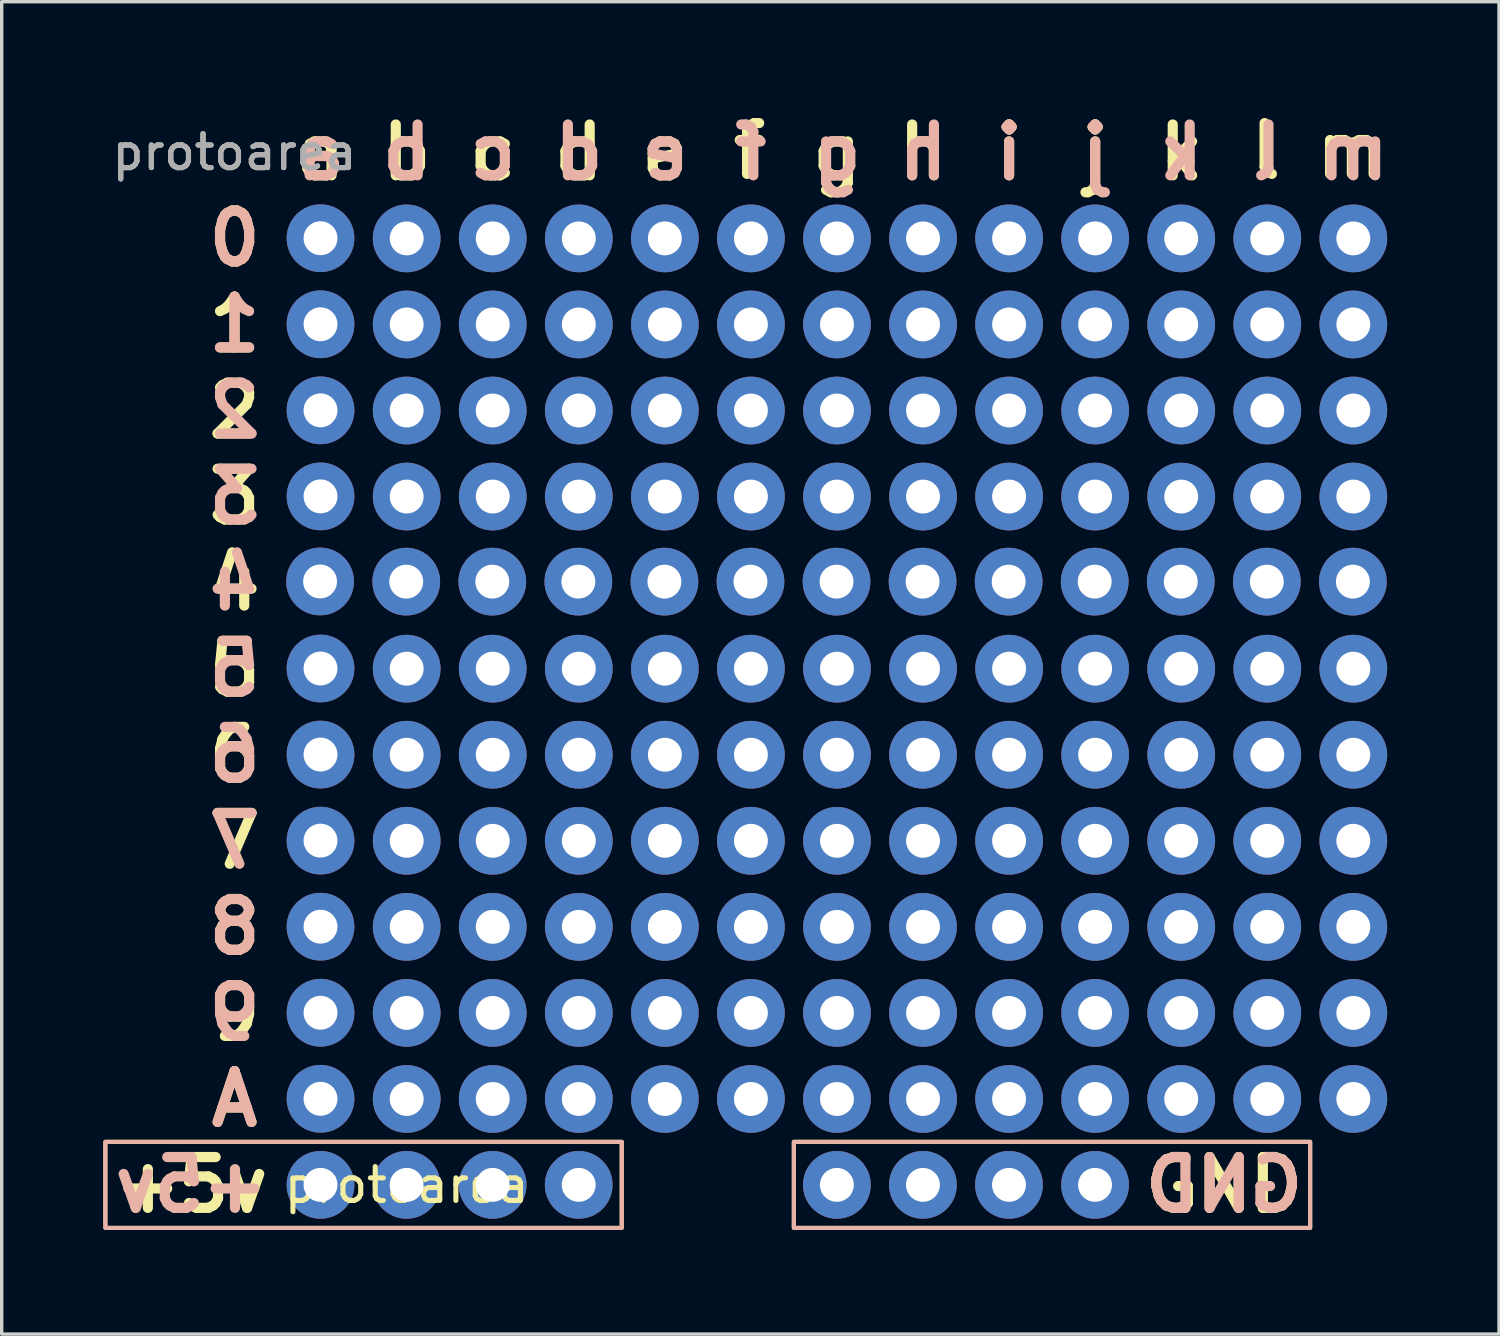
<source format=kicad_pcb>
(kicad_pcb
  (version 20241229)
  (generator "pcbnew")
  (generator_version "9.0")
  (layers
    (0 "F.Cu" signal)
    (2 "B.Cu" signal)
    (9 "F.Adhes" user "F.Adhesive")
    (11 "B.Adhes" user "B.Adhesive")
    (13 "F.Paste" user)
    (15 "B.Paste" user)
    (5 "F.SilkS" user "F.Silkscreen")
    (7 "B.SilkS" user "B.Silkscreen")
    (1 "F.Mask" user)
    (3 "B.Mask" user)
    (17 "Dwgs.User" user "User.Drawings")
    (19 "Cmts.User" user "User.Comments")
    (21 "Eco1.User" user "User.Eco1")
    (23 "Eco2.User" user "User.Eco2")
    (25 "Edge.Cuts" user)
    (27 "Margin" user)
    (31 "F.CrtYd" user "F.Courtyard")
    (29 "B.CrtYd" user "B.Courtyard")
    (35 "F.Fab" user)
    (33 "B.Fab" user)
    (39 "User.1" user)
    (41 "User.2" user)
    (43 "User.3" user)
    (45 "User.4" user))
  (footprint "protoarea"
    (layer "F.Cu")
    (at 6.41 3.981)
    (property "Reference" "protoarea" (at 2.543 27.945 0) (unlocked yes) (layer "F.SilkS") (effects (font (size 1 1) (thickness 0.15))))
    (attr smd)
    (fp_rect (start -6.35 26.67) (end 8.89 29.21) (stroke (width 0.12) (type solid)) (fill no) (layer "F.SilkS"))
    (fp_rect (start 13.97 26.67) (end 29.21 29.21) (stroke (width 0.12) (type solid)) (fill no) (layer "F.SilkS"))
    (fp_rect (start 8.89 26.67) (end -6.35 29.21) (stroke (width 0.12) (type solid)) (fill no) (layer "B.SilkS"))
    (fp_rect (start 13.97 29.21) (end 29.21 26.67) (stroke (width 0.12) (type solid)) (fill no) (layer "B.SilkS"))
    (fp_text user "h" (at 17.783 -2.535 0) (unlocked yes) (layer "F.SilkS") (effects (font (size 1.5 1.5) (thickness 0.3))))
    (fp_text user "e" (at 10.163 -2.535 0) (unlocked yes) (layer "F.SilkS") (effects (font (size 1.5 1.5) (thickness 0.3))))
    (fp_text user "5" (at -2.537 12.705 0) (unlocked yes) (layer "F.SilkS") (effects (font (size 1.5 1.5) (thickness 0.3))))
    (fp_text user "1" (at -2.537 2.545 0) (unlocked yes) (layer "F.SilkS") (effects (font (size 1.5 1.5) (thickness 0.3))))
    (fp_text user "2" (at -2.537 5.085 0) (unlocked yes) (layer "F.SilkS") (effects (font (size 1.5 1.5) (thickness 0.3))))
    (fp_text user "A" (at -2.537 25.405 0) (unlocked yes) (layer "F.SilkS") (effects (font (size 1.5 1.5) (thickness 0.3))))
    (fp_text user "f" (at 12.66 -2.577 0) (unlocked yes) (layer "F.SilkS") (effects (font (size 1.5 1.5) (thickness 0.3))))
    (fp_text user "4" (at -2.537 10.165 0) (unlocked yes) (layer "F.SilkS") (effects (font (size 1.5 1.5) (thickness 0.3))))
    (fp_text user "d" (at 7.623 -2.535 0) (unlocked yes) (layer "F.SilkS") (effects (font (size 1.5 1.5) (thickness 0.3))))
    (fp_text user "6" (at -2.537 15.245 0) (unlocked yes) (layer "F.SilkS") (effects (font (size 1.5 1.5) (thickness 0.3))))
    (fp_text user "9" (at -2.537 22.865 0) (unlocked yes) (layer "F.SilkS") (effects (font (size 1.5 1.5) (thickness 0.3))))
    (fp_text user "GND" (at 26.67 27.94 0) (unlocked yes) (layer "F.SilkS") (effects (font (size 1.5 1.5) (thickness 0.3))))
    (fp_text user "m" (at 30.44 -2.577 0) (unlocked yes) (layer "F.SilkS") (effects (font (size 1.5 1.5) (thickness 0.3))))
    (fp_text user "l" (at 27.9 -2.577 0) (unlocked yes) (layer "F.SilkS") (effects (font (size 1.5 1.5) (thickness 0.3))))
    (fp_text user "i" (at 20.323 -2.535 0) (unlocked yes) (layer "F.SilkS") (effects (font (size 1.5 1.5) (thickness 0.3))))
    (fp_text user "b" (at 2.543 -2.535 0) (unlocked yes) (layer "F.SilkS") (effects (font (size 1.5 1.5) (thickness 0.3))))
    (fp_text user "0" (at -2.537 0.005 0) (unlocked yes) (layer "F.SilkS") (effects (font (size 1.5 1.5) (thickness 0.3))))
    (fp_text user "a" (at 0.003 -2.535 0) (unlocked yes) (layer "F.SilkS") (effects (font (size 1.5 1.5) (thickness 0.3))))
    (fp_text user "3" (at -2.537 7.625 0) (unlocked yes) (layer "F.SilkS") (effects (font (size 1.5 1.5) (thickness 0.3))))
    (fp_text user "7" (at -2.537 17.785 0) (unlocked yes) (layer "F.SilkS") (effects (font (size 1.5 1.5) (thickness 0.3))))
    (fp_text user "g" (at 15.243 -2.535 0) (unlocked yes) (layer "F.SilkS") (effects (font (size 1.5 1.5) (thickness 0.3))))
    (fp_text user "j" (at 22.863 -2.535 0) (unlocked yes) (layer "F.SilkS") (effects (font (size 1.5 1.5) (thickness 0.3))))
    (fp_text user "k" (at 25.403 -2.535 0) (unlocked yes) (layer "F.SilkS") (effects (font (size 1.5 1.5) (thickness 0.3))))
    (fp_text user "+5v" (at -3.81 27.94 0) (unlocked yes) (layer "F.SilkS") (effects (font (size 1.5 1.5) (thickness 0.3))))
    (fp_text user "c" (at 5.083 -2.535 0) (unlocked yes) (layer "F.SilkS") (effects (font (size 1.5 1.5) (thickness 0.3))))
    (fp_text user "8" (at -2.537 20.325 0) (unlocked yes) (layer "F.SilkS") (effects (font (size 1.5 1.5) (thickness 0.3))))
    (fp_text user "9" (at -2.537 22.865 0) (unlocked yes) (layer "B.SilkS") (effects (font (size 1.5 1.5) (thickness 0.3)) (justify mirror)))
    (fp_text user "+5v" (at -3.81 27.94 0) (unlocked yes) (layer "B.SilkS") (effects (font (size 1.5 1.5) (thickness 0.3)) (justify mirror)))
    (fp_text user "a" (at 0.003 -2.535 0) (unlocked yes) (layer "B.SilkS") (effects (font (size 1.5 1.5) (thickness 0.3)) (justify mirror)))
    (fp_text user "d" (at 7.623 -2.535 0) (unlocked yes) (layer "B.SilkS") (effects (font (size 1.5 1.5) (thickness 0.3)) (justify mirror)))
    (fp_text user "8" (at -2.537 20.325 0) (unlocked yes) (layer "B.SilkS") (effects (font (size 1.5 1.5) (thickness 0.3)) (justify mirror)))
    (fp_text user "f" (at 12.703 -2.535 0) (unlocked yes) (layer "B.SilkS") (effects (font (size 1.5 1.5) (thickness 0.3)) (justify mirror)))
    (fp_text user "l" (at 27.943 -2.535 0) (unlocked yes) (layer "B.SilkS") (effects (font (size 1.5 1.5) (thickness 0.3)) (justify mirror)))
    (fp_text user "4" (at -2.537 10.165 0) (unlocked yes) (layer "B.SilkS") (effects (font (size 1.5 1.5) (thickness 0.3)) (justify mirror)))
    (fp_text user "k" (at 25.403 -2.535 0) (unlocked yes) (layer "B.SilkS") (effects (font (size 1.5 1.5) (thickness 0.3)) (justify mirror)))
    (fp_text user "1" (at -2.537 2.545 0) (unlocked yes) (layer "B.SilkS") (effects (font (size 1.5 1.5) (thickness 0.3)) (justify mirror)))
    (fp_text user "6" (at -2.537 15.245 0) (unlocked yes) (layer "B.SilkS") (effects (font (size 1.5 1.5) (thickness 0.3)) (justify mirror)))
    (fp_text user "3" (at -2.537 7.625 0) (unlocked yes) (layer "B.SilkS") (effects (font (size 1.5 1.5) (thickness 0.3)) (justify mirror)))
    (fp_text user "g" (at 15.243 -2.535 0) (unlocked yes) (layer "B.SilkS") (effects (font (size 1.5 1.5) (thickness 0.3)) (justify mirror)))
    (fp_text user "GND" (at 26.67 27.94 0) (unlocked yes) (layer "B.SilkS") (effects (font (size 1.5 1.5) (thickness 0.3)) (justify mirror)))
    (fp_text user "b" (at 2.543 -2.535 0) (unlocked yes) (layer "B.SilkS") (effects (font (size 1.5 1.5) (thickness 0.3)) (justify mirror)))
    (fp_text user "e" (at 10.163 -2.535 0) (unlocked yes) (layer "B.SilkS") (effects (font (size 1.5 1.5) (thickness 0.3)) (justify mirror)))
    (fp_text user "5" (at -2.537 12.705 0) (unlocked yes) (layer "B.SilkS") (effects (font (size 1.5 1.5) (thickness 0.3)) (justify mirror)))
    (fp_text user "c" (at 5.083 -2.535 0) (unlocked yes) (layer "B.SilkS") (effects (font (size 1.5 1.5) (thickness 0.3)) (justify mirror)))
    (fp_text user "i" (at 20.323 -2.535 0) (unlocked yes) (layer "B.SilkS") (effects (font (size 1.5 1.5) (thickness 0.3)) (justify mirror)))
    (fp_text user "7" (at -2.537 17.785 0) (unlocked yes) (layer "B.SilkS") (effects (font (size 1.5 1.5) (thickness 0.3)) (justify mirror)))
    (fp_text user "h" (at 17.783 -2.535 0) (unlocked yes) (layer "B.SilkS") (effects (font (size 1.5 1.5) (thickness 0.3)) (justify mirror)))
    (fp_text user "2" (at -2.537 5.085 0) (unlocked yes) (layer "B.SilkS") (effects (font (size 1.5 1.5) (thickness 0.3)) (justify mirror)))
    (fp_text user "0" (at -2.537 0.005 0) (unlocked yes) (layer "B.SilkS") (effects (font (size 1.5 1.5) (thickness 0.3)) (justify mirror)))
    (fp_text user "A" (at -2.537 25.405 0) (unlocked yes) (layer "B.SilkS") (effects (font (size 1.5 1.5) (thickness 0.3)) (justify mirror)))
    (fp_text user "m" (at 30.483 -2.535 0) (unlocked yes) (layer "B.SilkS") (effects (font (size 1.5 1.5) (thickness 0.3)) (justify mirror)))
    (fp_text user "j" (at 22.863 -2.535 0) (unlocked yes) (layer "B.SilkS") (effects (font (size 1.5 1.5) (thickness 0.3)) (justify mirror)))
    (fp_text user "${REFERENCE}" (at -2.54 -2.54 0) (unlocked yes) (layer "F.Fab") (effects (font (size 1 1) (thickness 0.15))))
    (fp_text user "${REFERENCE}" (at -2.54 -2.54 0) (unlocked yes) (layer "F.Fab") (effects (font (size 1 1) (thickness 0.15))))
    (fp_text user "${REFERENCE}" (at -2.54 -2.54 0) (unlocked yes) (layer "F.Fab") (effects (font (size 1 1) (thickness 0.15))))
    (pad "" thru_hole oval (at -0.013 10.131) (size 2 2) (drill 1) (layers "*.Cu" "*.Mask"))
    (pad "" thru_hole oval (at 0 0) (size 2 2) (drill 1) (layers "*.Cu" "*.Mask"))
    (pad "" thru_hole oval (at 0 2.54) (size 2 2) (drill 1) (layers "*.Cu" "*.Mask"))
    (pad "" thru_hole oval (at 0 5.08) (size 2 2) (drill 1) (layers "*.Cu" "*.Mask"))
    (pad "" thru_hole oval (at 0 7.62) (size 2 2) (drill 1) (layers "*.Cu" "*.Mask"))
    (pad "" thru_hole oval (at 0 12.7) (size 2 2) (drill 1) (layers "*.Cu" "*.Mask"))
    (pad "" thru_hole oval (at 0 15.24) (size 2 2) (drill 1) (layers "*.Cu" "*.Mask"))
    (pad "" thru_hole oval (at 0 17.78) (size 2 2) (drill 1) (layers "*.Cu" "*.Mask"))
    (pad "" thru_hole oval (at 0 20.32) (size 2 2) (drill 1) (layers "*.Cu" "*.Mask"))
    (pad "" thru_hole oval (at 0 22.86) (size 2 2) (drill 1) (layers "*.Cu" "*.Mask"))
    (pad "" thru_hole oval (at 0 25.4) (size 2 2) (drill 1) (layers "*.Cu" "*.Mask"))
    (pad "" thru_hole oval (at 2.53 10.136) (size 2 2) (drill 1) (layers "*.Cu" "*.Mask"))
    (pad "" thru_hole oval (at 2.543 0.005) (size 2 2) (drill 1) (layers "*.Cu" "*.Mask"))
    (pad "" thru_hole oval (at 2.543 2.545) (size 2 2) (drill 1) (layers "*.Cu" "*.Mask"))
    (pad "" thru_hole oval (at 2.543 5.085) (size 2 2) (drill 1) (layers "*.Cu" "*.Mask"))
    (pad "" thru_hole oval (at 2.543 7.625) (size 2 2) (drill 1) (layers "*.Cu" "*.Mask"))
    (pad "" thru_hole oval (at 2.543 12.705) (size 2 2) (drill 1) (layers "*.Cu" "*.Mask"))
    (pad "" thru_hole oval (at 2.543 15.245) (size 2 2) (drill 1) (layers "*.Cu" "*.Mask"))
    (pad "" thru_hole oval (at 2.543 17.785) (size 2 2) (drill 1) (layers "*.Cu" "*.Mask"))
    (pad "" thru_hole oval (at 2.543 20.325) (size 2 2) (drill 1) (layers "*.Cu" "*.Mask"))
    (pad "" thru_hole oval (at 2.543 22.865) (size 2 2) (drill 1) (layers "*.Cu" "*.Mask"))
    (pad "" thru_hole oval (at 2.543 25.405) (size 2 2) (drill 1) (layers "*.Cu" "*.Mask"))
    (pad "" thru_hole oval (at 5.07 10.136) (size 2 2) (drill 1) (layers "*.Cu" "*.Mask"))
    (pad "" thru_hole oval (at 5.083 0.005) (size 2 2) (drill 1) (layers "*.Cu" "*.Mask"))
    (pad "" thru_hole oval (at 5.083 2.545) (size 2 2) (drill 1) (layers "*.Cu" "*.Mask"))
    (pad "" thru_hole oval (at 5.083 5.085) (size 2 2) (drill 1) (layers "*.Cu" "*.Mask"))
    (pad "" thru_hole oval (at 5.083 7.625) (size 2 2) (drill 1) (layers "*.Cu" "*.Mask"))
    (pad "" thru_hole oval (at 5.083 12.705) (size 2 2) (drill 1) (layers "*.Cu" "*.Mask"))
    (pad "" thru_hole oval (at 5.083 15.245) (size 2 2) (drill 1) (layers "*.Cu" "*.Mask"))
    (pad "" thru_hole oval (at 5.083 17.785) (size 2 2) (drill 1) (layers "*.Cu" "*.Mask"))
    (pad "" thru_hole oval (at 5.083 20.325) (size 2 2) (drill 1) (layers "*.Cu" "*.Mask"))
    (pad "" thru_hole oval (at 5.083 22.865) (size 2 2) (drill 1) (layers "*.Cu" "*.Mask"))
    (pad "" thru_hole oval (at 5.083 25.405) (size 2 2) (drill 1) (layers "*.Cu" "*.Mask"))
    (pad "" thru_hole oval (at 7.61 10.136) (size 2 2) (drill 1) (layers "*.Cu" "*.Mask"))
    (pad "" thru_hole oval (at 7.623 0.005) (size 2 2) (drill 1) (layers "*.Cu" "*.Mask"))
    (pad "" thru_hole oval (at 7.623 2.545) (size 2 2) (drill 1) (layers "*.Cu" "*.Mask"))
    (pad "" thru_hole oval (at 7.623 5.085) (size 2 2) (drill 1) (layers "*.Cu" "*.Mask"))
    (pad "" thru_hole oval (at 7.623 7.625) (size 2 2) (drill 1) (layers "*.Cu" "*.Mask"))
    (pad "" thru_hole oval (at 7.623 12.705) (size 2 2) (drill 1) (layers "*.Cu" "*.Mask"))
    (pad "" thru_hole oval (at 7.623 15.245) (size 2 2) (drill 1) (layers "*.Cu" "*.Mask"))
    (pad "" thru_hole oval (at 7.623 17.785) (size 2 2) (drill 1) (layers "*.Cu" "*.Mask"))
    (pad "" thru_hole oval (at 7.623 20.325) (size 2 2) (drill 1) (layers "*.Cu" "*.Mask"))
    (pad "" thru_hole oval (at 7.623 22.865) (size 2 2) (drill 1) (layers "*.Cu" "*.Mask"))
    (pad "" thru_hole oval (at 7.623 25.405) (size 2 2) (drill 1) (layers "*.Cu" "*.Mask"))
    (pad "" thru_hole oval (at 10.15 10.136) (size 2 2) (drill 1) (layers "*.Cu" "*.Mask"))
    (pad "" thru_hole oval (at 10.163 0.005) (size 2 2) (drill 1) (layers "*.Cu" "*.Mask"))
    (pad "" thru_hole oval (at 10.163 2.545) (size 2 2) (drill 1) (layers "*.Cu" "*.Mask"))
    (pad "" thru_hole oval (at 10.163 5.085) (size 2 2) (drill 1) (layers "*.Cu" "*.Mask"))
    (pad "" thru_hole oval (at 10.163 7.625) (size 2 2) (drill 1) (layers "*.Cu" "*.Mask"))
    (pad "" thru_hole oval (at 10.163 12.705) (size 2 2) (drill 1) (layers "*.Cu" "*.Mask"))
    (pad "" thru_hole oval (at 10.163 15.245) (size 2 2) (drill 1) (layers "*.Cu" "*.Mask"))
    (pad "" thru_hole oval (at 10.163 17.785) (size 2 2) (drill 1) (layers "*.Cu" "*.Mask"))
    (pad "" thru_hole oval (at 10.163 20.325) (size 2 2) (drill 1) (layers "*.Cu" "*.Mask"))
    (pad "" thru_hole oval (at 10.163 22.865) (size 2 2) (drill 1) (layers "*.Cu" "*.Mask"))
    (pad "" thru_hole oval (at 10.163 25.405) (size 2 2) (drill 1) (layers "*.Cu" "*.Mask"))
    (pad "" thru_hole oval (at 12.69 10.136) (size 2 2) (drill 1) (layers "*.Cu" "*.Mask"))
    (pad "" thru_hole oval (at 12.703 0.005) (size 2 2) (drill 1) (layers "*.Cu" "*.Mask"))
    (pad "" thru_hole oval (at 12.703 2.545) (size 2 2) (drill 1) (layers "*.Cu" "*.Mask"))
    (pad "" thru_hole oval (at 12.703 5.085) (size 2 2) (drill 1) (layers "*.Cu" "*.Mask"))
    (pad "" thru_hole oval (at 12.703 7.625) (size 2 2) (drill 1) (layers "*.Cu" "*.Mask"))
    (pad "" thru_hole oval (at 12.703 12.705) (size 2 2) (drill 1) (layers "*.Cu" "*.Mask"))
    (pad "" thru_hole oval (at 12.703 15.245) (size 2 2) (drill 1) (layers "*.Cu" "*.Mask"))
    (pad "" thru_hole oval (at 12.703 17.785) (size 2 2) (drill 1) (layers "*.Cu" "*.Mask"))
    (pad "" thru_hole oval (at 12.703 20.325) (size 2 2) (drill 1) (layers "*.Cu" "*.Mask"))
    (pad "" thru_hole oval (at 12.703 22.865) (size 2 2) (drill 1) (layers "*.Cu" "*.Mask"))
    (pad "" thru_hole oval (at 12.703 25.405) (size 2 2) (drill 1) (layers "*.Cu" "*.Mask"))
    (pad "" thru_hole oval (at 15.23 10.136) (size 2 2) (drill 1) (layers "*.Cu" "*.Mask"))
    (pad "" thru_hole oval (at 15.243 0.005) (size 2 2) (drill 1) (layers "*.Cu" "*.Mask"))
    (pad "" thru_hole oval (at 15.243 2.545) (size 2 2) (drill 1) (layers "*.Cu" "*.Mask"))
    (pad "" thru_hole oval (at 15.243 5.085) (size 2 2) (drill 1) (layers "*.Cu" "*.Mask"))
    (pad "" thru_hole oval (at 15.243 7.625) (size 2 2) (drill 1) (layers "*.Cu" "*.Mask"))
    (pad "" thru_hole oval (at 15.243 12.705) (size 2 2) (drill 1) (layers "*.Cu" "*.Mask"))
    (pad "" thru_hole oval (at 15.243 15.245) (size 2 2) (drill 1) (layers "*.Cu" "*.Mask"))
    (pad "" thru_hole oval (at 15.243 17.785) (size 2 2) (drill 1) (layers "*.Cu" "*.Mask"))
    (pad "" thru_hole oval (at 15.243 20.325) (size 2 2) (drill 1) (layers "*.Cu" "*.Mask"))
    (pad "" thru_hole oval (at 15.243 22.865) (size 2 2) (drill 1) (layers "*.Cu" "*.Mask"))
    (pad "" thru_hole oval (at 15.243 25.405) (size 2 2) (drill 1) (layers "*.Cu" "*.Mask"))
    (pad "" thru_hole oval (at 17.77 10.136) (size 2 2) (drill 1) (layers "*.Cu" "*.Mask"))
    (pad "" thru_hole oval (at 17.783 0.005) (size 2 2) (drill 1) (layers "*.Cu" "*.Mask"))
    (pad "" thru_hole oval (at 17.783 2.545) (size 2 2) (drill 1) (layers "*.Cu" "*.Mask"))
    (pad "" thru_hole oval (at 17.783 5.085) (size 2 2) (drill 1) (layers "*.Cu" "*.Mask"))
    (pad "" thru_hole oval (at 17.783 7.625) (size 2 2) (drill 1) (layers "*.Cu" "*.Mask"))
    (pad "" thru_hole oval (at 17.783 12.705) (size 2 2) (drill 1) (layers "*.Cu" "*.Mask"))
    (pad "" thru_hole oval (at 17.783 15.245) (size 2 2) (drill 1) (layers "*.Cu" "*.Mask"))
    (pad "" thru_hole oval (at 17.783 17.785) (size 2 2) (drill 1) (layers "*.Cu" "*.Mask"))
    (pad "" thru_hole oval (at 17.783 20.325) (size 2 2) (drill 1) (layers "*.Cu" "*.Mask"))
    (pad "" thru_hole oval (at 17.783 22.865) (size 2 2) (drill 1) (layers "*.Cu" "*.Mask"))
    (pad "" thru_hole oval (at 17.783 25.405) (size 2 2) (drill 1) (layers "*.Cu" "*.Mask"))
    (pad "" thru_hole oval (at 20.31 10.136) (size 2 2) (drill 1) (layers "*.Cu" "*.Mask"))
    (pad "" thru_hole oval (at 20.323 0.005) (size 2 2) (drill 1) (layers "*.Cu" "*.Mask"))
    (pad "" thru_hole oval (at 20.323 2.545) (size 2 2) (drill 1) (layers "*.Cu" "*.Mask"))
    (pad "" thru_hole oval (at 20.323 5.085) (size 2 2) (drill 1) (layers "*.Cu" "*.Mask"))
    (pad "" thru_hole oval (at 20.323 7.625) (size 2 2) (drill 1) (layers "*.Cu" "*.Mask"))
    (pad "" thru_hole oval (at 20.323 12.705) (size 2 2) (drill 1) (layers "*.Cu" "*.Mask"))
    (pad "" thru_hole oval (at 20.323 15.245) (size 2 2) (drill 1) (layers "*.Cu" "*.Mask"))
    (pad "" thru_hole oval (at 20.323 17.785) (size 2 2) (drill 1) (layers "*.Cu" "*.Mask"))
    (pad "" thru_hole oval (at 20.323 20.325) (size 2 2) (drill 1) (layers "*.Cu" "*.Mask"))
    (pad "" thru_hole oval (at 20.323 22.865) (size 2 2) (drill 1) (layers "*.Cu" "*.Mask"))
    (pad "" thru_hole oval (at 20.323 25.405) (size 2 2) (drill 1) (layers "*.Cu" "*.Mask"))
    (pad "" thru_hole oval (at 22.85 10.136) (size 2 2) (drill 1) (layers "*.Cu" "*.Mask"))
    (pad "" thru_hole oval (at 22.863 0.005) (size 2 2) (drill 1) (layers "*.Cu" "*.Mask"))
    (pad "" thru_hole oval (at 22.863 2.545) (size 2 2) (drill 1) (layers "*.Cu" "*.Mask"))
    (pad "" thru_hole oval (at 22.863 5.085) (size 2 2) (drill 1) (layers "*.Cu" "*.Mask"))
    (pad "" thru_hole oval (at 22.863 7.625) (size 2 2) (drill 1) (layers "*.Cu" "*.Mask"))
    (pad "" thru_hole oval (at 22.863 12.705) (size 2 2) (drill 1) (layers "*.Cu" "*.Mask"))
    (pad "" thru_hole oval (at 22.863 15.245) (size 2 2) (drill 1) (layers "*.Cu" "*.Mask"))
    (pad "" thru_hole oval (at 22.863 17.785) (size 2 2) (drill 1) (layers "*.Cu" "*.Mask"))
    (pad "" thru_hole oval (at 22.863 20.325) (size 2 2) (drill 1) (layers "*.Cu" "*.Mask"))
    (pad "" thru_hole oval (at 22.863 22.865) (size 2 2) (drill 1) (layers "*.Cu" "*.Mask"))
    (pad "" thru_hole oval (at 22.863 25.405) (size 2 2) (drill 1) (layers "*.Cu" "*.Mask"))
    (pad "" thru_hole oval (at 25.39 10.136) (size 2 2) (drill 1) (layers "*.Cu" "*.Mask"))
    (pad "" thru_hole oval (at 25.403 0.005) (size 2 2) (drill 1) (layers "*.Cu" "*.Mask"))
    (pad "" thru_hole oval (at 25.403 2.545) (size 2 2) (drill 1) (layers "*.Cu" "*.Mask"))
    (pad "" thru_hole oval (at 25.403 5.085) (size 2 2) (drill 1) (layers "*.Cu" "*.Mask"))
    (pad "" thru_hole oval (at 25.403 7.625) (size 2 2) (drill 1) (layers "*.Cu" "*.Mask"))
    (pad "" thru_hole oval (at 25.403 12.705) (size 2 2) (drill 1) (layers "*.Cu" "*.Mask"))
    (pad "" thru_hole oval (at 25.403 15.245) (size 2 2) (drill 1) (layers "*.Cu" "*.Mask"))
    (pad "" thru_hole oval (at 25.403 17.785) (size 2 2) (drill 1) (layers "*.Cu" "*.Mask"))
    (pad "" thru_hole oval (at 25.403 20.325) (size 2 2) (drill 1) (layers "*.Cu" "*.Mask"))
    (pad "" thru_hole oval (at 25.403 22.865) (size 2 2) (drill 1) (layers "*.Cu" "*.Mask"))
    (pad "" thru_hole oval (at 25.403 25.405) (size 2 2) (drill 1) (layers "*.Cu" "*.Mask"))
    (pad "" thru_hole oval (at 27.93 10.136) (size 2 2) (drill 1) (layers "*.Cu" "*.Mask"))
    (pad "" thru_hole oval (at 27.943 0.005) (size 2 2) (drill 1) (layers "*.Cu" "*.Mask"))
    (pad "" thru_hole oval (at 27.943 2.545) (size 2 2) (drill 1) (layers "*.Cu" "*.Mask"))
    (pad "" thru_hole oval (at 27.943 5.085) (size 2 2) (drill 1) (layers "*.Cu" "*.Mask"))
    (pad "" thru_hole oval (at 27.943 7.625) (size 2 2) (drill 1) (layers "*.Cu" "*.Mask"))
    (pad "" thru_hole oval (at 27.943 12.705) (size 2 2) (drill 1) (layers "*.Cu" "*.Mask"))
    (pad "" thru_hole oval (at 27.943 15.245) (size 2 2) (drill 1) (layers "*.Cu" "*.Mask"))
    (pad "" thru_hole oval (at 27.943 17.785) (size 2 2) (drill 1) (layers "*.Cu" "*.Mask"))
    (pad "" thru_hole oval (at 27.943 20.325) (size 2 2) (drill 1) (layers "*.Cu" "*.Mask"))
    (pad "" thru_hole oval (at 27.943 22.865) (size 2 2) (drill 1) (layers "*.Cu" "*.Mask"))
    (pad "" thru_hole oval (at 27.943 25.405) (size 2 2) (drill 1) (layers "*.Cu" "*.Mask"))
    (pad "" thru_hole oval (at 30.47 10.136) (size 2 2) (drill 1) (layers "*.Cu" "*.Mask"))
    (pad "" thru_hole oval (at 30.483 0.005) (size 2 2) (drill 1) (layers "*.Cu" "*.Mask"))
    (pad "" thru_hole oval (at 30.483 2.545) (size 2 2) (drill 1) (layers "*.Cu" "*.Mask"))
    (pad "" thru_hole oval (at 30.483 5.085) (size 2 2) (drill 1) (layers "*.Cu" "*.Mask"))
    (pad "" thru_hole oval (at 30.483 7.625) (size 2 2) (drill 1) (layers "*.Cu" "*.Mask"))
    (pad "" thru_hole oval (at 30.483 12.705) (size 2 2) (drill 1) (layers "*.Cu" "*.Mask"))
    (pad "" thru_hole oval (at 30.483 15.245) (size 2 2) (drill 1) (layers "*.Cu" "*.Mask"))
    (pad "" thru_hole oval (at 30.483 17.785) (size 2 2) (drill 1) (layers "*.Cu" "*.Mask"))
    (pad "" thru_hole oval (at 30.483 20.325) (size 2 2) (drill 1) (layers "*.Cu" "*.Mask"))
    (pad "" thru_hole oval (at 30.483 22.865) (size 2 2) (drill 1) (layers "*.Cu" "*.Mask"))
    (pad "" thru_hole oval (at 30.483 25.405) (size 2 2) (drill 1) (layers "*.Cu" "*.Mask"))
    (pad "1" thru_hole oval (at 0 27.94) (size 2 2) (drill 1) (layers "*.Cu" "*.Mask"))
    (pad "1" thru_hole oval (at 2.54 27.94) (size 2 2) (drill 1) (layers "*.Cu" "*.Mask"))
    (pad "1" thru_hole oval (at 5.08 27.94) (size 2 2) (drill 1) (layers "*.Cu" "*.Mask"))
    (pad "1" thru_hole oval (at 7.62 27.94) (size 2 2) (drill 1) (layers "*.Cu" "*.Mask"))
    (pad "2" thru_hole oval (at 15.24 27.94) (size 2 2) (drill 1) (layers "*.Cu" "*.Mask"))
    (pad "2" thru_hole oval (at 17.78 27.94) (size 2 2) (drill 1) (layers "*.Cu" "*.Mask"))
    (pad "2" thru_hole oval (at 20.32 27.94) (size 2 2) (drill 1) (layers "*.Cu" "*.Mask"))
    (pad "2" thru_hole oval (at 22.86 27.94) (size 2 2) (drill 1) (layers "*.Cu" "*.Mask")))
  (gr_rect
    (start -3 -3)
    (end 41.193 36.325)
    (stroke (width 0.1) (type default))
    (fill no)
    (layer "Edge.Cuts")))
</source>
